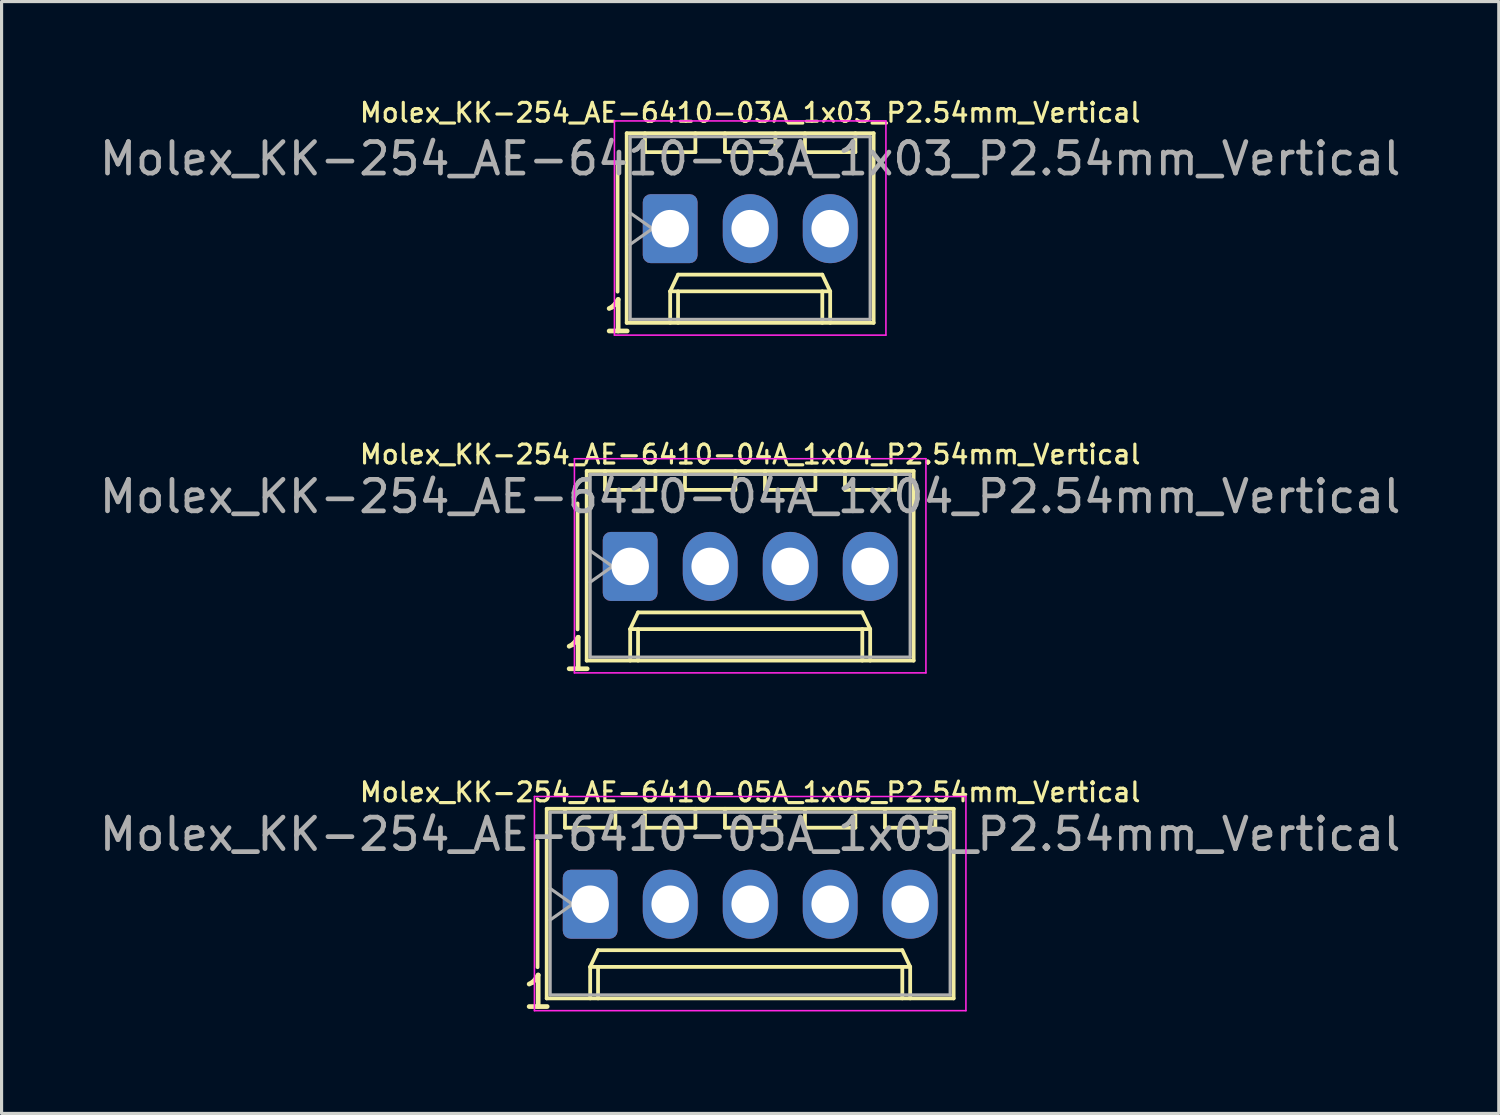
<source format=kicad_pcb>
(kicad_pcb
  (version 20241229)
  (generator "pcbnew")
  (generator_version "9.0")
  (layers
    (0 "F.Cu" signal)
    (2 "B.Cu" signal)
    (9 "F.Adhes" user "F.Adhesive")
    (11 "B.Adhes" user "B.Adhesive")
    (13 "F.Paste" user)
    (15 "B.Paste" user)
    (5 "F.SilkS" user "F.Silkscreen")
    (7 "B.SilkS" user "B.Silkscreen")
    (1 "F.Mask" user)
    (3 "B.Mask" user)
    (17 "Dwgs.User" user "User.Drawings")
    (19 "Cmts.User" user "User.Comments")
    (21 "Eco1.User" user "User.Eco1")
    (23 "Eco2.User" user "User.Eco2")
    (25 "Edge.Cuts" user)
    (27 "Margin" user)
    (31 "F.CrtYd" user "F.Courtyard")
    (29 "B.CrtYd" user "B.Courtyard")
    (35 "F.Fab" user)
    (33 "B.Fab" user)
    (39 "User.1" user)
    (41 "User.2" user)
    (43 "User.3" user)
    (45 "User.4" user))
  (footprint "Molex_KK-254_AE-6410-04A_1x04_P2.54mm_Vertical"
    (layer "F.Cu")
    (at 16.958 14.934)
    (property "Reference" "Molex_KK-254_AE-6410-04A_1x04_P2.54mm_Vertical" (at 3.81 -3.556 0) (layer "F.SilkS") (effects (font (size 0.6 0.6) (thickness 0.1))))
    (attr through_hole)
    (fp_line (start -1.67 -2) (end -1.67 2) (stroke (width 0.12) (type solid)) (layer "F.SilkS"))
    (fp_line (start -1.38 -3.03) (end -1.38 2.99) (stroke (width 0.12) (type solid)) (layer "F.SilkS"))
    (fp_line (start -1.38 2.99) (end 9 2.99) (stroke (width 0.12) (type solid)) (layer "F.SilkS"))
    (fp_line (start -0.8 -3.03) (end -0.8 -2.43) (stroke (width 0.12) (type solid)) (layer "F.SilkS"))
    (fp_line (start -0.8 -2.43) (end 0.8 -2.43) (stroke (width 0.12) (type solid)) (layer "F.SilkS"))
    (fp_line (start 0 1.99) (end 0.25 1.46) (stroke (width 0.12) (type solid)) (layer "F.SilkS"))
    (fp_line (start 0 1.99) (end 7.62 1.99) (stroke (width 0.12) (type solid)) (layer "F.SilkS"))
    (fp_line (start 0 2.99) (end 0 1.99) (stroke (width 0.12) (type solid)) (layer "F.SilkS"))
    (fp_line (start 0.25 1.46) (end 7.37 1.46) (stroke (width 0.12) (type solid)) (layer "F.SilkS"))
    (fp_line (start 0.25 2.99) (end 0.25 1.99) (stroke (width 0.12) (type solid)) (layer "F.SilkS"))
    (fp_line (start 0.8 -2.43) (end 0.8 -3.03) (stroke (width 0.12) (type solid)) (layer "F.SilkS"))
    (fp_line (start 1.74 -3.03) (end 1.74 -2.43) (stroke (width 0.12) (type solid)) (layer "F.SilkS"))
    (fp_line (start 1.74 -2.43) (end 3.34 -2.43) (stroke (width 0.12) (type solid)) (layer "F.SilkS"))
    (fp_line (start 3.34 -2.43) (end 3.34 -3.03) (stroke (width 0.12) (type solid)) (layer "F.SilkS"))
    (fp_line (start 4.28 -3.03) (end 4.28 -2.43) (stroke (width 0.12) (type solid)) (layer "F.SilkS"))
    (fp_line (start 4.28 -2.43) (end 5.88 -2.43) (stroke (width 0.12) (type solid)) (layer "F.SilkS"))
    (fp_line (start 5.88 -2.43) (end 5.88 -3.03) (stroke (width 0.12) (type solid)) (layer "F.SilkS"))
    (fp_line (start 6.82 -3.03) (end 6.82 -2.43) (stroke (width 0.12) (type solid)) (layer "F.SilkS"))
    (fp_line (start 6.82 -2.43) (end 8.42 -2.43) (stroke (width 0.12) (type solid)) (layer "F.SilkS"))
    (fp_line (start 7.37 1.46) (end 7.62 1.99) (stroke (width 0.12) (type solid)) (layer "F.SilkS"))
    (fp_line (start 7.37 2.99) (end 7.37 1.99) (stroke (width 0.12) (type solid)) (layer "F.SilkS"))
    (fp_line (start 7.62 1.99) (end 7.62 2.99) (stroke (width 0.12) (type solid)) (layer "F.SilkS"))
    (fp_line (start 8.42 -2.43) (end 8.42 -3.03) (stroke (width 0.12) (type solid)) (layer "F.SilkS"))
    (fp_line (start 9 -3.03) (end -1.38 -3.03) (stroke (width 0.12) (type solid)) (layer "F.SilkS"))
    (fp_line (start 9 2.99) (end 9 -3.03) (stroke (width 0.12) (type solid)) (layer "F.SilkS"))
    (fp_line (start -1.77 -3.42) (end -1.77 3.38) (stroke (width 0.05) (type solid)) (layer "F.CrtYd"))
    (fp_line (start -1.77 3.38) (end 9.39 3.38) (stroke (width 0.05) (type solid)) (layer "F.CrtYd"))
    (fp_line (start 9.39 -3.42) (end -1.77 -3.42) (stroke (width 0.05) (type solid)) (layer "F.CrtYd"))
    (fp_line (start 9.39 3.38) (end 9.39 -3.42) (stroke (width 0.05) (type solid)) (layer "F.CrtYd"))
    (fp_line (start -1.27 -2.92) (end -1.27 2.88) (stroke (width 0.1) (type solid)) (layer "F.Fab"))
    (fp_line (start -1.27 -0.5) (end -0.563 0) (stroke (width 0.1) (type solid)) (layer "F.Fab"))
    (fp_line (start -1.27 2.88) (end 8.89 2.88) (stroke (width 0.1) (type solid)) (layer "F.Fab"))
    (fp_line (start -0.563 0) (end -1.27 0.5) (stroke (width 0.1) (type solid)) (layer "F.Fab"))
    (fp_line (start 8.89 -2.92) (end -1.27 -2.92) (stroke (width 0.1) (type solid)) (layer "F.Fab"))
    (fp_line (start 8.89 2.88) (end 8.89 -2.92) (stroke (width 0.1) (type solid)) (layer "F.Fab"))
    (fp_text user "1" (at -1.651 2.794 0) (unlocked yes) (layer "F.SilkS") (effects (font (size 1 1) (thickness 0.15))))
    (fp_text user "${REFERENCE}" (at 3.81 -2.22 0) (layer "F.Fab") (effects (font (size 1 1) (thickness 0.15))))
    (pad "1" thru_hole roundrect (at 0 0) (size 1.74 2.19) (drill 1.19) (layers "*.Cu" "*.Mask") (roundrect_rratio 0.144))
    (pad "2" thru_hole oval (at 2.54 0) (size 1.74 2.19) (drill 1.19) (layers "*.Cu" "*.Mask"))
    (pad "3" thru_hole oval (at 5.08 0) (size 1.74 2.19) (drill 1.19) (layers "*.Cu" "*.Mask"))
    (pad "4" thru_hole oval (at 7.62 0) (size 1.74 2.19) (drill 1.19) (layers "*.Cu" "*.Mask")))
  (footprint "Molex_KK-254_AE-6410-03A_1x03_P2.54mm_Vertical"
    (layer "F.Cu")
    (at 18.228 4.21)
    (property "Reference" "Molex_KK-254_AE-6410-03A_1x03_P2.54mm_Vertical" (at 2.54 -3.683 0) (layer "F.SilkS") (effects (font (size 0.6 0.6) (thickness 0.1))))
    (attr through_hole)
    (fp_line (start -1.67 -2) (end -1.67 2) (stroke (width 0.12) (type solid)) (layer "F.SilkS"))
    (fp_line (start -1.38 -3.03) (end -1.38 2.99) (stroke (width 0.12) (type solid)) (layer "F.SilkS"))
    (fp_line (start -1.38 2.99) (end 6.46 2.99) (stroke (width 0.12) (type solid)) (layer "F.SilkS"))
    (fp_line (start -0.8 -3.03) (end -0.8 -2.43) (stroke (width 0.12) (type solid)) (layer "F.SilkS"))
    (fp_line (start -0.8 -2.43) (end 0.8 -2.43) (stroke (width 0.12) (type solid)) (layer "F.SilkS"))
    (fp_line (start 0 1.99) (end 0.25 1.46) (stroke (width 0.12) (type solid)) (layer "F.SilkS"))
    (fp_line (start 0 1.99) (end 5.08 1.99) (stroke (width 0.12) (type solid)) (layer "F.SilkS"))
    (fp_line (start 0 2.99) (end 0 1.99) (stroke (width 0.12) (type solid)) (layer "F.SilkS"))
    (fp_line (start 0.25 1.46) (end 4.83 1.46) (stroke (width 0.12) (type solid)) (layer "F.SilkS"))
    (fp_line (start 0.25 2.99) (end 0.25 1.99) (stroke (width 0.12) (type solid)) (layer "F.SilkS"))
    (fp_line (start 0.8 -2.43) (end 0.8 -3.03) (stroke (width 0.12) (type solid)) (layer "F.SilkS"))
    (fp_line (start 1.74 -3.03) (end 1.74 -2.43) (stroke (width 0.12) (type solid)) (layer "F.SilkS"))
    (fp_line (start 1.74 -2.43) (end 3.34 -2.43) (stroke (width 0.12) (type solid)) (layer "F.SilkS"))
    (fp_line (start 3.34 -2.43) (end 3.34 -3.03) (stroke (width 0.12) (type solid)) (layer "F.SilkS"))
    (fp_line (start 4.28 -3.03) (end 4.28 -2.43) (stroke (width 0.12) (type solid)) (layer "F.SilkS"))
    (fp_line (start 4.28 -2.43) (end 5.88 -2.43) (stroke (width 0.12) (type solid)) (layer "F.SilkS"))
    (fp_line (start 4.83 1.46) (end 5.08 1.99) (stroke (width 0.12) (type solid)) (layer "F.SilkS"))
    (fp_line (start 4.83 2.99) (end 4.83 1.99) (stroke (width 0.12) (type solid)) (layer "F.SilkS"))
    (fp_line (start 5.08 1.99) (end 5.08 2.99) (stroke (width 0.12) (type solid)) (layer "F.SilkS"))
    (fp_line (start 5.88 -2.43) (end 5.88 -3.03) (stroke (width 0.12) (type solid)) (layer "F.SilkS"))
    (fp_line (start 6.46 -3.03) (end -1.38 -3.03) (stroke (width 0.12) (type solid)) (layer "F.SilkS"))
    (fp_line (start 6.46 2.99) (end 6.46 -3.03) (stroke (width 0.12) (type solid)) (layer "F.SilkS"))
    (fp_line (start -1.77 -3.42) (end -1.77 3.38) (stroke (width 0.05) (type solid)) (layer "F.CrtYd"))
    (fp_line (start -1.77 3.38) (end 6.85 3.38) (stroke (width 0.05) (type solid)) (layer "F.CrtYd"))
    (fp_line (start 6.85 -3.42) (end -1.77 -3.42) (stroke (width 0.05) (type solid)) (layer "F.CrtYd"))
    (fp_line (start 6.85 3.38) (end 6.85 -3.42) (stroke (width 0.05) (type solid)) (layer "F.CrtYd"))
    (fp_line (start -1.27 -2.92) (end -1.27 2.88) (stroke (width 0.1) (type solid)) (layer "F.Fab"))
    (fp_line (start -1.27 -0.5) (end -0.563 0) (stroke (width 0.1) (type solid)) (layer "F.Fab"))
    (fp_line (start -1.27 2.88) (end 6.35 2.88) (stroke (width 0.1) (type solid)) (layer "F.Fab"))
    (fp_line (start -0.563 0) (end -1.27 0.5) (stroke (width 0.1) (type solid)) (layer "F.Fab"))
    (fp_line (start 6.35 -2.92) (end -1.27 -2.92) (stroke (width 0.1) (type solid)) (layer "F.Fab"))
    (fp_line (start 6.35 2.88) (end 6.35 -2.92) (stroke (width 0.1) (type solid)) (layer "F.Fab"))
    (fp_text user "1" (at -1.651 2.794 0) (unlocked yes) (layer "F.SilkS") (effects (font (size 1 1) (thickness 0.15))))
    (fp_text user "${REFERENCE}" (at 2.54 -2.22 0) (layer "F.Fab") (effects (font (size 1 1) (thickness 0.15))))
    (pad "1" thru_hole roundrect (at 0 0) (size 1.74 2.19) (drill 1.19) (layers "*.Cu" "*.Mask") (roundrect_rratio 0.144))
    (pad "2" thru_hole oval (at 2.54 0) (size 1.74 2.19) (drill 1.19) (layers "*.Cu" "*.Mask"))
    (pad "3" thru_hole oval (at 5.08 0) (size 1.74 2.19) (drill 1.19) (layers "*.Cu" "*.Mask")))
  (footprint "Molex_KK-254_AE-6410-05A_1x05_P2.54mm_Vertical"
    (layer "F.Cu")
    (at 15.688 25.659)
    (property "Reference" "Molex_KK-254_AE-6410-05A_1x05_P2.54mm_Vertical" (at 5.08 -3.556 0) (layer "F.SilkS") (effects (font (size 0.6 0.6) (thickness 0.1))))
    (attr through_hole)
    (fp_line (start -1.67 -2) (end -1.67 2) (stroke (width 0.12) (type solid)) (layer "F.SilkS"))
    (fp_line (start -1.38 -3.03) (end -1.38 2.99) (stroke (width 0.12) (type solid)) (layer "F.SilkS"))
    (fp_line (start -1.38 2.99) (end 11.54 2.99) (stroke (width 0.12) (type solid)) (layer "F.SilkS"))
    (fp_line (start -0.8 -3.03) (end -0.8 -2.43) (stroke (width 0.12) (type solid)) (layer "F.SilkS"))
    (fp_line (start -0.8 -2.43) (end 0.8 -2.43) (stroke (width 0.12) (type solid)) (layer "F.SilkS"))
    (fp_line (start 0 1.99) (end 0.25 1.46) (stroke (width 0.12) (type solid)) (layer "F.SilkS"))
    (fp_line (start 0 1.99) (end 10.16 1.99) (stroke (width 0.12) (type solid)) (layer "F.SilkS"))
    (fp_line (start 0 2.99) (end 0 1.99) (stroke (width 0.12) (type solid)) (layer "F.SilkS"))
    (fp_line (start 0.25 1.46) (end 9.91 1.46) (stroke (width 0.12) (type solid)) (layer "F.SilkS"))
    (fp_line (start 0.25 2.99) (end 0.25 1.99) (stroke (width 0.12) (type solid)) (layer "F.SilkS"))
    (fp_line (start 0.8 -2.43) (end 0.8 -3.03) (stroke (width 0.12) (type solid)) (layer "F.SilkS"))
    (fp_line (start 1.74 -3.03) (end 1.74 -2.43) (stroke (width 0.12) (type solid)) (layer "F.SilkS"))
    (fp_line (start 1.74 -2.43) (end 3.34 -2.43) (stroke (width 0.12) (type solid)) (layer "F.SilkS"))
    (fp_line (start 3.34 -2.43) (end 3.34 -3.03) (stroke (width 0.12) (type solid)) (layer "F.SilkS"))
    (fp_line (start 4.28 -3.03) (end 4.28 -2.43) (stroke (width 0.12) (type solid)) (layer "F.SilkS"))
    (fp_line (start 4.28 -2.43) (end 5.88 -2.43) (stroke (width 0.12) (type solid)) (layer "F.SilkS"))
    (fp_line (start 5.88 -2.43) (end 5.88 -3.03) (stroke (width 0.12) (type solid)) (layer "F.SilkS"))
    (fp_line (start 6.82 -3.03) (end 6.82 -2.43) (stroke (width 0.12) (type solid)) (layer "F.SilkS"))
    (fp_line (start 6.82 -2.43) (end 8.42 -2.43) (stroke (width 0.12) (type solid)) (layer "F.SilkS"))
    (fp_line (start 8.42 -2.43) (end 8.42 -3.03) (stroke (width 0.12) (type solid)) (layer "F.SilkS"))
    (fp_line (start 9.36 -3.03) (end 9.36 -2.43) (stroke (width 0.12) (type solid)) (layer "F.SilkS"))
    (fp_line (start 9.36 -2.43) (end 10.96 -2.43) (stroke (width 0.12) (type solid)) (layer "F.SilkS"))
    (fp_line (start 9.91 1.46) (end 10.16 1.99) (stroke (width 0.12) (type solid)) (layer "F.SilkS"))
    (fp_line (start 9.91 2.99) (end 9.91 1.99) (stroke (width 0.12) (type solid)) (layer "F.SilkS"))
    (fp_line (start 10.16 1.99) (end 10.16 2.99) (stroke (width 0.12) (type solid)) (layer "F.SilkS"))
    (fp_line (start 10.96 -2.43) (end 10.96 -3.03) (stroke (width 0.12) (type solid)) (layer "F.SilkS"))
    (fp_line (start 11.54 -3.03) (end -1.38 -3.03) (stroke (width 0.12) (type solid)) (layer "F.SilkS"))
    (fp_line (start 11.54 2.99) (end 11.54 -3.03) (stroke (width 0.12) (type solid)) (layer "F.SilkS"))
    (fp_line (start -1.77 -3.42) (end -1.77 3.38) (stroke (width 0.05) (type solid)) (layer "F.CrtYd"))
    (fp_line (start -1.77 3.38) (end 11.93 3.38) (stroke (width 0.05) (type solid)) (layer "F.CrtYd"))
    (fp_line (start 11.93 -3.42) (end -1.77 -3.42) (stroke (width 0.05) (type solid)) (layer "F.CrtYd"))
    (fp_line (start 11.93 3.38) (end 11.93 -3.42) (stroke (width 0.05) (type solid)) (layer "F.CrtYd"))
    (fp_line (start -1.27 -2.92) (end -1.27 2.88) (stroke (width 0.1) (type solid)) (layer "F.Fab"))
    (fp_line (start -1.27 -0.5) (end -0.563 0) (stroke (width 0.1) (type solid)) (layer "F.Fab"))
    (fp_line (start -1.27 2.88) (end 11.43 2.88) (stroke (width 0.1) (type solid)) (layer "F.Fab"))
    (fp_line (start -0.563 0) (end -1.27 0.5) (stroke (width 0.1) (type solid)) (layer "F.Fab"))
    (fp_line (start 11.43 -2.92) (end -1.27 -2.92) (stroke (width 0.1) (type solid)) (layer "F.Fab"))
    (fp_line (start 11.43 2.88) (end 11.43 -2.92) (stroke (width 0.1) (type solid)) (layer "F.Fab"))
    (fp_text user "1" (at -1.651 2.794 0) (unlocked yes) (layer "F.SilkS") (effects (font (size 1 1) (thickness 0.15))))
    (fp_text user "${REFERENCE}" (at 5.08 -2.22 0) (layer "F.Fab") (effects (font (size 1 1) (thickness 0.15))))
    (pad "1" thru_hole roundrect (at 0 0) (size 1.74 2.19) (drill 1.19) (layers "*.Cu" "*.Mask") (roundrect_rratio 0.144))
    (pad "2" thru_hole oval (at 2.54 0) (size 1.74 2.19) (drill 1.19) (layers "*.Cu" "*.Mask"))
    (pad "3" thru_hole oval (at 5.08 0) (size 1.74 2.19) (drill 1.19) (layers "*.Cu" "*.Mask"))
    (pad "4" thru_hole oval (at 7.62 0) (size 1.74 2.19) (drill 1.19) (layers "*.Cu" "*.Mask"))
    (pad "5" thru_hole oval (at 10.16 0) (size 1.74 2.19) (drill 1.19) (layers "*.Cu" "*.Mask")))
  (gr_rect
    (start -3 -3)
    (end 44.536 32.301)
    (stroke (width 0.1) (type default))
    (fill no)
    (layer "Edge.Cuts")))
</source>
